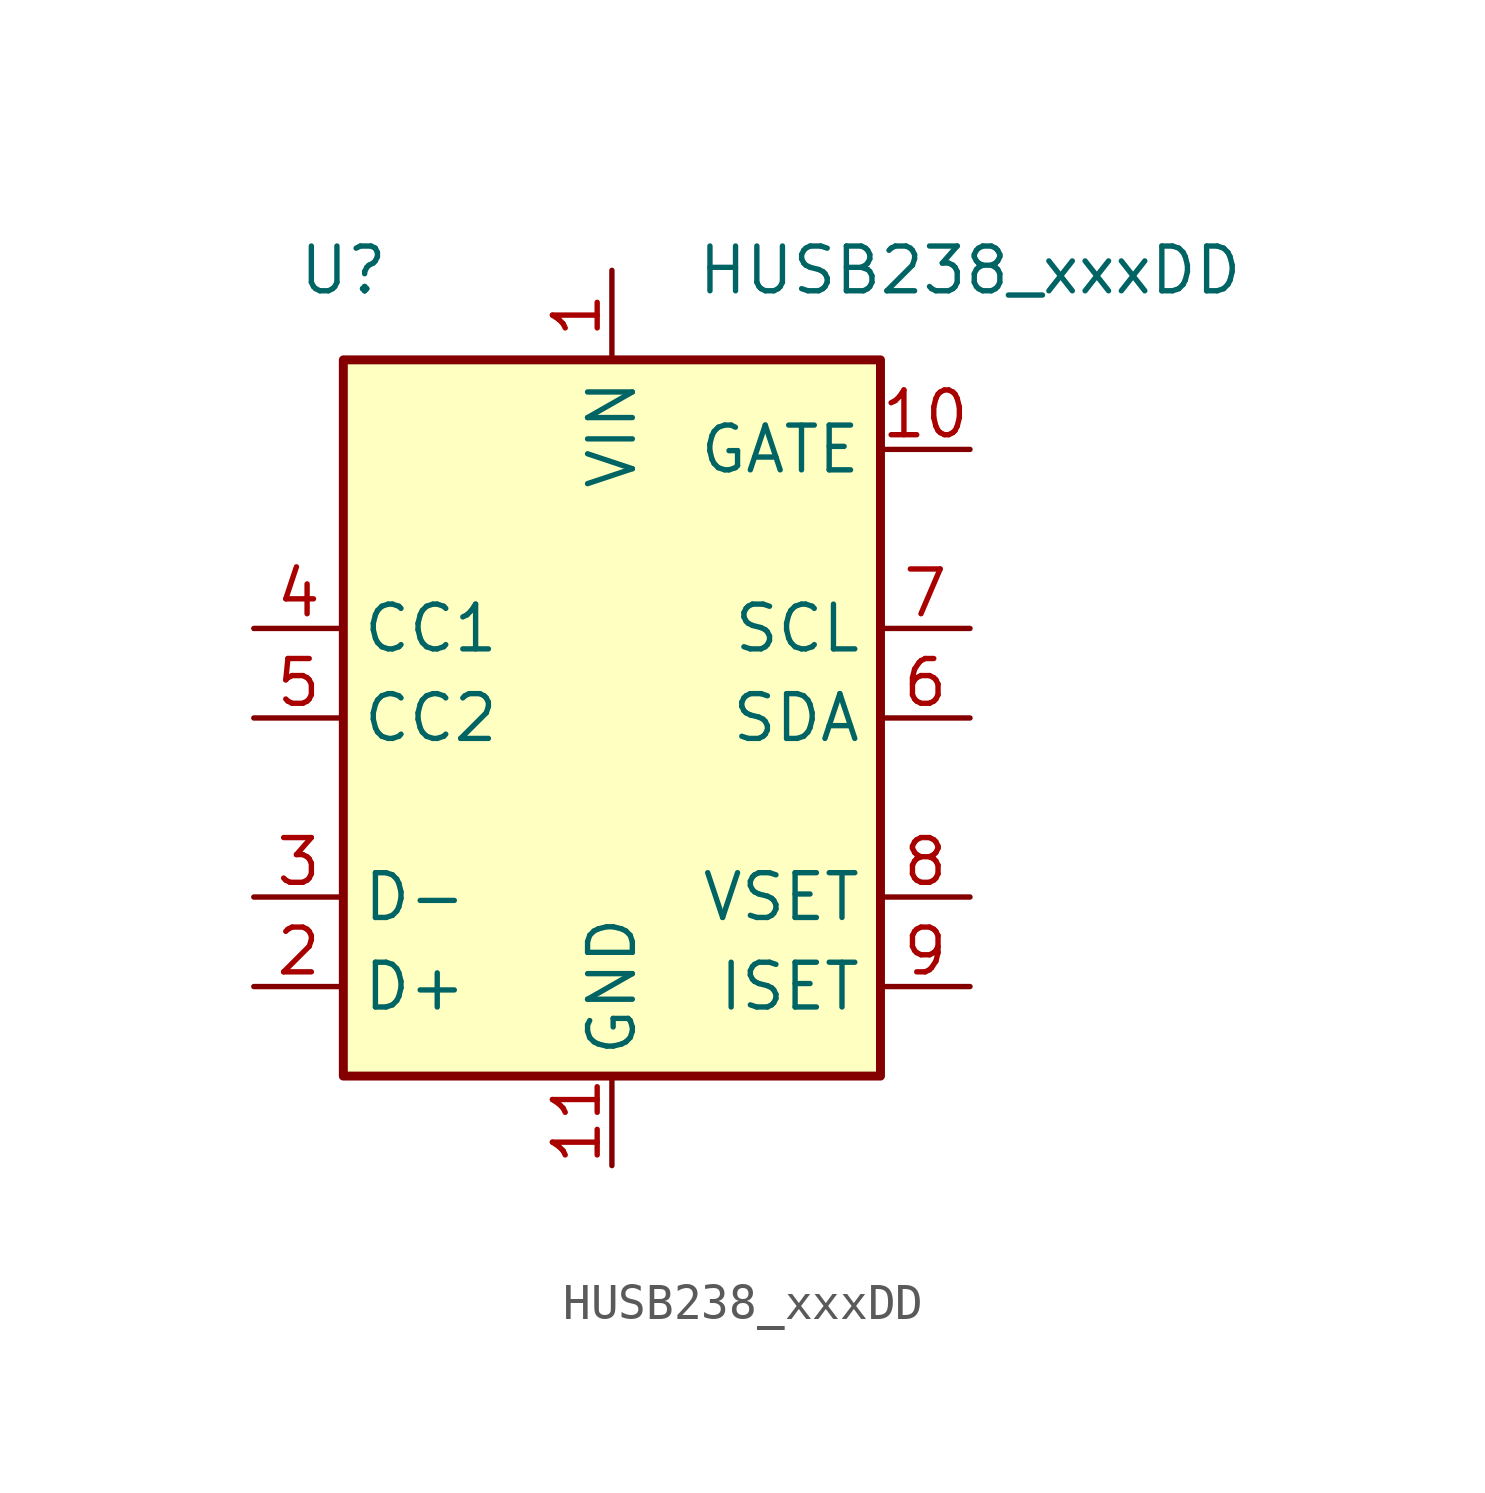
<source format=kicad_sym>
(kicad_symbol_lib
  (version 20241209)
  (generator "kicad_symbol_editor")
  (generator_version "9.0")
  (symbol "HUSB238_xxxDD"
    (property "Reference" "U"
      (at -7.62 12.7 0)
      (effects (font (size 1.27 1.27))))
    (property "Value" "HUSB238_xxxDD"
      (at 10.16 12.7 0)
      (effects (font (size 1.27 1.27))))
    (symbol "HUSB238_xxxDD_1_1"
      (rectangle (start -7.62 10.16) (end 7.62 -10.16) (stroke (width 0.254) (type solid)) (fill (type background)))
      (pin bidirectional line (at -10.16 2.54 0) (length 2.54) (name "CC1" (effects (font (size 1.27 1.27)))) (number "4" (effects (font (size 1.27 1.27)))))
      (pin bidirectional line (at -10.16 0 0) (length 2.54) (name "CC2" (effects (font (size 1.27 1.27)))) (number "5" (effects (font (size 1.27 1.27)))))
      (pin bidirectional line (at -10.16 -5.08 0) (length 2.54) (name "D-" (effects (font (size 1.27 1.27)))) (number "3" (effects (font (size 1.27 1.27)))))
      (pin bidirectional line (at -10.16 -7.62 0) (length 2.54) (name "D+" (effects (font (size 1.27 1.27)))) (number "2" (effects (font (size 1.27 1.27)))))
      (pin power_in line (at 0 12.7 270) (length 2.54) (name "VIN" (effects (font (size 1.27 1.27)))) (number "1" (effects (font (size 1.27 1.27)))))
      (pin power_in line (at 0 -12.7 90) (length 2.54) (name "GND" (effects (font (size 1.27 1.27)))) (number "11" (effects (font (size 1.27 1.27)))))
      (pin open_collector line (at 10.16 7.62 180) (length 2.54) (name "GATE" (effects (font (size 1.27 1.27)))) (number "10" (effects (font (size 1.27 1.27)))))
      (pin input line (at 10.16 2.54 180) (length 2.54) (name "SCL" (effects (font (size 1.27 1.27)))) (number "7" (effects (font (size 1.27 1.27)))))
      (pin bidirectional line (at 10.16 0 180) (length 2.54) (name "SDA" (effects (font (size 1.27 1.27)))) (number "6" (effects (font (size 1.27 1.27)))))
      (pin input line (at 10.16 -5.08 180) (length 2.54) (name "VSET" (effects (font (size 1.27 1.27)))) (number "8" (effects (font (size 1.27 1.27)))))
      (pin input line (at 10.16 -7.62 180) (length 2.54) (name "ISET" (effects (font (size 1.27 1.27)))) (number "9" (effects (font (size 1.27 1.27))))))))
</source>
